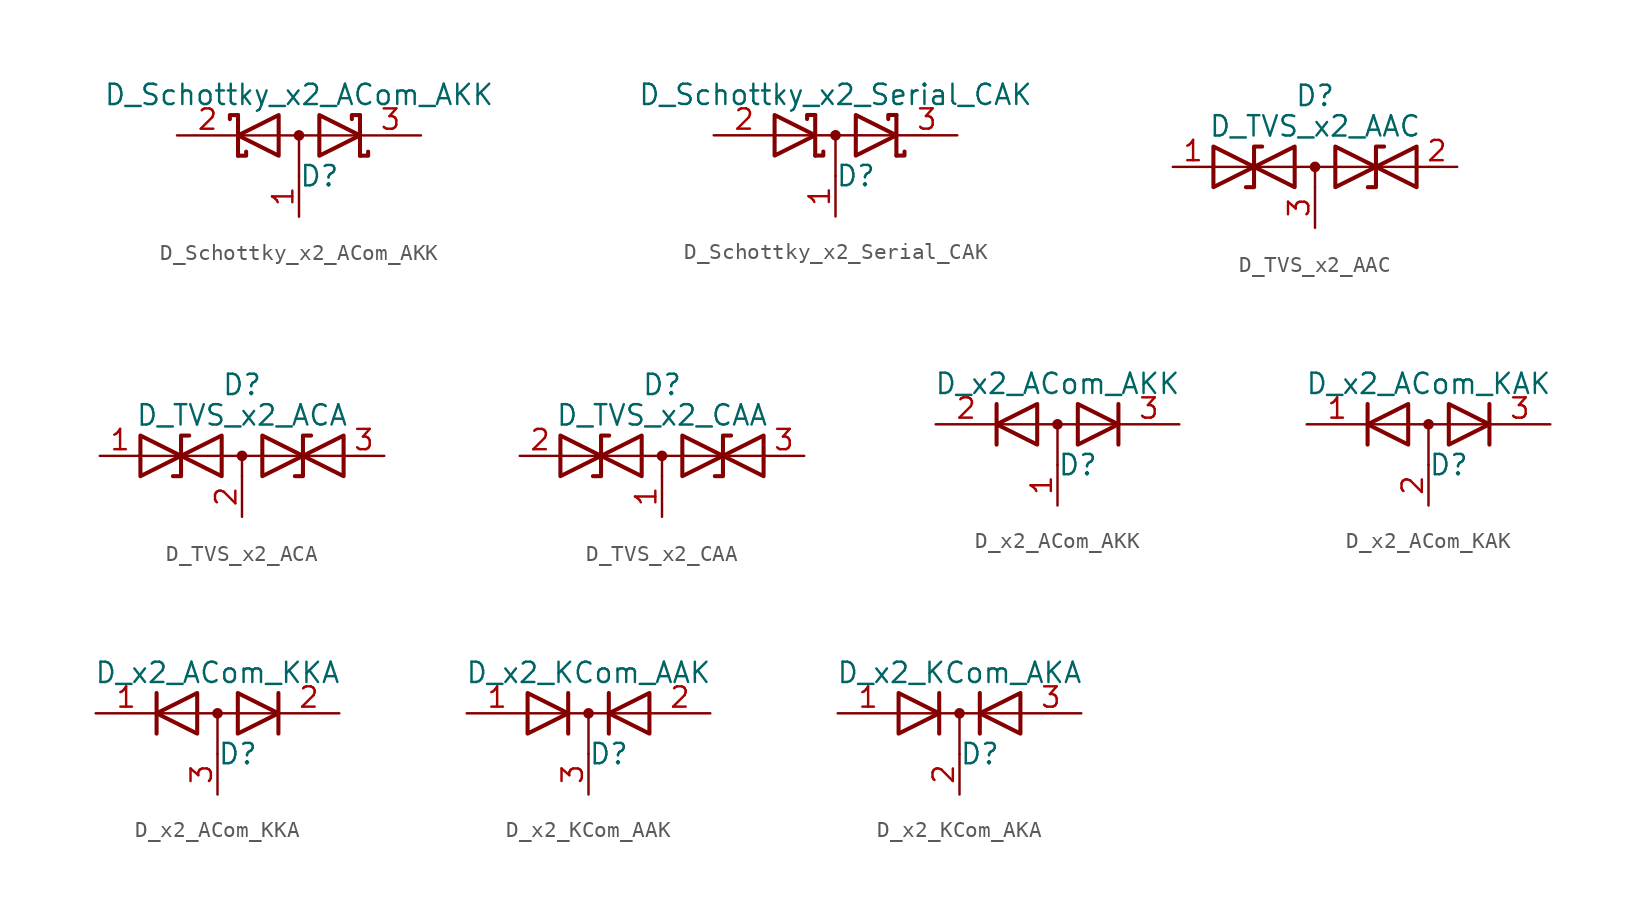
<source format=kicad_sym>
(kicad_symbol_lib
  (version 20211014)
  (generator kicad_symbol_editor)
  (symbol "D_Schottky_x2_ACom_AKK"
    (pin_names
      (offset 0.762) hide)
    (property "Reference" "D"
      (at 1.27 -2.54 0)
      (effects (font (size 1.27 1.27))))
    (property "Value" "D_Schottky_x2_ACom_AKK"
      (at 0 2.54 0)
      (effects (font (size 1.27 1.27))))
    (symbol "D_Schottky_x2_ACom_AKK_0_1"
      (polyline (pts (xy -3.556 0) (xy 3.81 0)) (stroke (width 0) (type default) (color 0 0 0 0)) (fill (type none)))
      (polyline (pts (xy 0 0) (xy 0 -2.54)) (stroke (width 0) (type default) (color 0 0 0 0)) (fill (type none)))
      (polyline (pts (xy -3.81 1.27) (xy -3.81 -1.27) (xy -3.81 -1.27)) (stroke (width 0.254) (type default) (color 0 0 0 0)) (fill (type none)))
      (polyline (pts (xy 3.81 1.27) (xy 3.81 -1.27) (xy 3.81 -1.27)) (stroke (width 0.254) (type default) (color 0 0 0 0)) (fill (type none)))
      (polyline (pts (xy -3.81 1.27) (xy -4.318 1.27) (xy -4.318 1.016) (xy -4.318 1.016)) (stroke (width 0.254) (type default) (color 0 0 0 0)) (fill (type none)))
      (polyline (pts (xy 3.81 -1.27) (xy 4.318 -1.27) (xy 4.318 -1.016) (xy 4.318 -1.016)) (stroke (width 0.254) (type default) (color 0 0 0 0)) (fill (type none)))
      (polyline (pts (xy 3.81 1.27) (xy 3.302 1.27) (xy 3.302 1.016) (xy 3.302 1.016)) (stroke (width 0.254) (type default) (color 0 0 0 0)) (fill (type none)))
      (polyline (pts (xy -3.302 -1.016) (xy -3.302 -1.27) (xy -3.81 -1.27) (xy -3.81 -1.27) (xy -3.81 -1.27)) (stroke (width 0.254) (type default) (color 0 0 0 0)) (fill (type none)))
      (polyline (pts (xy -1.27 -1.27) (xy -3.81 0) (xy -1.27 1.27) (xy -1.27 -1.27) (xy -1.27 -1.27) (xy -1.27 -1.27)) (stroke (width 0.254) (type default) (color 0 0 0 0)) (fill (type none)))
      (polyline (pts (xy 1.27 1.27) (xy 3.81 0) (xy 1.27 -1.27) (xy 1.27 1.27) (xy 1.27 1.27) (xy 1.27 1.27)) (stroke (width 0.254) (type default) (color 0 0 0 0)) (fill (type none)))
      (circle (center 0 0) (radius 0.254) (stroke (width 0) (type default) (color 0 0 0 0)) (fill (type outline)))
      (pin passive line (at 0 -5.08 90) (length 2.54) (name "A" (effects (font (size 1.27 1.27)))) (number "1" (effects (font (size 1.27 1.27)))))
      (pin passive line (at -7.62 0 0) (length 3.81) (name "K" (effects (font (size 1.27 1.27)))) (number "2" (effects (font (size 1.27 1.27)))))
      (pin passive line (at 7.62 0 180) (length 3.81) (name "K" (effects (font (size 1.27 1.27)))) (number "3" (effects (font (size 1.27 1.27)))))))
  (symbol "D_Schottky_x2_Serial_CAK"
    (pin_names
      (offset 0.762) hide)
    (property "Reference" "D"
      (at 1.27 -2.54 0)
      (effects (font (size 1.27 1.27))))
    (property "Value" "D_Schottky_x2_Serial_CAK"
      (at 0 2.54 0)
      (effects (font (size 1.27 1.27))))
    (symbol "D_Schottky_x2_Serial_CAK_0_1"
      (polyline (pts (xy -3.81 0) (xy 3.81 0)) (stroke (width 0) (type default) (color 0 0 0 0)) (fill (type none)))
      (polyline (pts (xy 0 0) (xy 0 -2.54)) (stroke (width 0) (type default) (color 0 0 0 0)) (fill (type none)))
      (polyline (pts (xy -1.27 -1.27) (xy -1.27 1.27) (xy -1.27 1.27)) (stroke (width 0.254) (type default) (color 0 0 0 0)) (fill (type none)))
      (polyline (pts (xy 3.81 1.27) (xy 3.81 -1.27) (xy 3.81 -1.27)) (stroke (width 0.254) (type default) (color 0 0 0 0)) (fill (type none)))
      (polyline (pts (xy -1.27 -1.27) (xy -0.762 -1.27) (xy -0.762 -1.016) (xy -0.762 -1.016)) (stroke (width 0.254) (type default) (color 0 0 0 0)) (fill (type none)))
      (polyline (pts (xy 3.81 -1.27) (xy 4.318 -1.27) (xy 4.318 -1.016) (xy 4.318 -1.016)) (stroke (width 0.254) (type default) (color 0 0 0 0)) (fill (type none)))
      (polyline (pts (xy 3.81 1.27) (xy 3.302 1.27) (xy 3.302 1.016) (xy 3.302 1.016)) (stroke (width 0.254) (type default) (color 0 0 0 0)) (fill (type none)))
      (polyline (pts (xy -1.778 1.016) (xy -1.778 1.27) (xy -1.27 1.27) (xy -1.27 1.27) (xy -1.27 1.27)) (stroke (width 0.254) (type default) (color 0 0 0 0)) (fill (type none)))
      (polyline (pts (xy -3.81 1.27) (xy -1.27 0) (xy -3.81 -1.27) (xy -3.81 1.27) (xy -3.81 1.27) (xy -3.81 1.27)) (stroke (width 0.254) (type default) (color 0 0 0 0)) (fill (type none)))
      (polyline (pts (xy 1.27 1.27) (xy 3.81 0) (xy 1.27 -1.27) (xy 1.27 1.27) (xy 1.27 1.27) (xy 1.27 1.27)) (stroke (width 0.254) (type default) (color 0 0 0 0)) (fill (type none)))
      (circle (center 0 0) (radius 0.254) (stroke (width 0) (type default) (color 0 0 0 0)) (fill (type outline)))
      (pin passive line (at 0 -5.08 90) (length 2.54) (name "common" (effects (font (size 1.27 1.27)))) (number "1" (effects (font (size 1.27 1.27)))))
      (pin passive line (at -7.62 0 0) (length 3.81) (name "A" (effects (font (size 1.27 1.27)))) (number "2" (effects (font (size 1.27 1.27)))))
      (pin passive line (at 7.62 0 180) (length 3.81) (name "K" (effects (font (size 1.27 1.27)))) (number "3" (effects (font (size 1.27 1.27)))))))
  (symbol "D_TVS_x2_AAC"
    (pin_names
      (offset 1.016) hide)
    (property "Reference" "D"
      (at 0 4.445 0)
      (effects (font (size 1.27 1.27))))
    (property "Value" "D_TVS_x2_AAC"
      (at 0 2.54 0)
      (effects (font (size 1.27 1.27))))
    (symbol "D_TVS_x2_AAC_0_0"
      (polyline (pts (xy 0 -1.27) (xy 0 0)) (stroke (width 0) (type default) (color 0 0 0 0)) (fill (type none))))
    (symbol "D_TVS_x2_AAC_0_1"
      (polyline (pts (xy -6.35 0) (xy 6.35 0)) (stroke (width 0) (type default) (color 0 0 0 0)) (fill (type none)))
      (polyline (pts (xy -3.302 1.27) (xy -3.81 1.27) (xy -3.81 -1.27) (xy -4.318 -1.27)) (stroke (width 0.254) (type default) (color 0 0 0 0)) (fill (type none)))
      (polyline (pts (xy 4.318 1.27) (xy 3.81 1.27) (xy 3.81 -1.27) (xy 3.302 -1.27)) (stroke (width 0.254) (type default) (color 0 0 0 0)) (fill (type none)))
      (polyline (pts (xy -6.35 1.27) (xy -1.27 -1.27) (xy -1.27 1.27) (xy -6.35 -1.27) (xy -6.35 1.27)) (stroke (width 0.254) (type default) (color 0 0 0 0)) (fill (type none)))
      (polyline (pts (xy 6.35 1.27) (xy 1.27 -1.27) (xy 1.27 1.27) (xy 6.35 -1.27) (xy 6.35 1.27)) (stroke (width 0.254) (type default) (color 0 0 0 0)) (fill (type none)))
      (circle (center 0 0) (radius 0.254) (stroke (width 0) (type default) (color 0 0 0 0)) (fill (type outline))))
    (symbol "D_TVS_x2_AAC_1_1"
      (pin passive line (at -8.89 0 0) (length 2.54) (name "A1" (effects (font (size 1.27 1.27)))) (number "1" (effects (font (size 1.27 1.27)))))
      (pin passive line (at 8.89 0 180) (length 2.54) (name "A2" (effects (font (size 1.27 1.27)))) (number "2" (effects (font (size 1.27 1.27)))))
      (pin input line (at 0 -3.81 90) (length 2.54) (name "common" (effects (font (size 1.27 1.27)))) (number "3" (effects (font (size 1.27 1.27)))))))
  (symbol "D_TVS_x2_ACA"
    (pin_names
      (offset 1.016) hide)
    (property "Reference" "D"
      (at 0 4.445 0)
      (effects (font (size 1.27 1.27))))
    (property "Value" "D_TVS_x2_ACA"
      (at 0 2.54 0)
      (effects (font (size 1.27 1.27))))
    (symbol "D_TVS_x2_ACA_0_0"
      (polyline (pts (xy -6.35 -1.27) (xy -1.27 1.27) (xy -1.27 -1.27) (xy -6.35 1.27) (xy -6.35 -1.27)) (stroke (width 0.254) (type default) (color 0 0 0 0)) (fill (type none)))
      (polyline (pts (xy 1.27 1.27) (xy 1.27 -1.27) (xy 6.35 1.27) (xy 6.35 -1.27) (xy 1.27 1.27)) (stroke (width 0.254) (type default) (color 0 0 0 0)) (fill (type none))))
    (symbol "D_TVS_x2_ACA_0_1"
      (polyline (pts (xy -6.35 0) (xy 6.35 0)) (stroke (width 0) (type default) (color 0 0 0 0)) (fill (type none)))
      (polyline (pts (xy 0 0) (xy 0 -1.27)) (stroke (width 0) (type default) (color 0 0 0 0)) (fill (type none)))
      (polyline (pts (xy -3.302 1.27) (xy -3.81 1.27) (xy -3.81 -1.27) (xy -4.318 -1.27)) (stroke (width 0.254) (type default) (color 0 0 0 0)) (fill (type none)))
      (polyline (pts (xy 4.318 1.27) (xy 3.81 1.27) (xy 3.81 -1.27) (xy 3.302 -1.27)) (stroke (width 0.254) (type default) (color 0 0 0 0)) (fill (type none)))
      (circle (center 0 0) (radius 0.254) (stroke (width 0) (type default) (color 0 0 0 0)) (fill (type outline))))
    (symbol "D_TVS_x2_ACA_1_1"
      (pin passive line (at -8.89 0 0) (length 2.54) (name "A1" (effects (font (size 1.27 1.27)))) (number "1" (effects (font (size 1.27 1.27)))))
      (pin input line (at 0 -3.81 90) (length 2.54) (name "common" (effects (font (size 1.27 1.27)))) (number "2" (effects (font (size 1.27 1.27)))))
      (pin passive line (at 8.89 0 180) (length 2.54) (name "A2" (effects (font (size 1.27 1.27)))) (number "3" (effects (font (size 1.27 1.27)))))))
  (symbol "D_TVS_x2_CAA"
    (pin_names
      (offset 1.016) hide)
    (property "Reference" "D"
      (at 0 4.445 0)
      (effects (font (size 1.27 1.27))))
    (property "Value" "D_TVS_x2_CAA"
      (at 0 2.54 0)
      (effects (font (size 1.27 1.27))))
    (symbol "D_TVS_x2_CAA_0_1"
      (polyline (pts (xy -6.35 0) (xy 6.35 0)) (stroke (width 0) (type default) (color 0 0 0 0)) (fill (type none)))
      (polyline (pts (xy 0 0) (xy 0 -1.27)) (stroke (width 0) (type default) (color 0 0 0 0)) (fill (type none)))
      (polyline (pts (xy -3.302 1.27) (xy -3.81 1.27) (xy -3.81 -1.27) (xy -4.318 -1.27)) (stroke (width 0.254) (type default) (color 0 0 0 0)) (fill (type none)))
      (polyline (pts (xy 4.318 1.27) (xy 3.81 1.27) (xy 3.81 -1.27) (xy 3.302 -1.27)) (stroke (width 0.254) (type default) (color 0 0 0 0)) (fill (type none)))
      (polyline (pts (xy -6.35 -1.27) (xy -1.27 1.27) (xy -1.27 -1.27) (xy -6.35 1.27) (xy -6.35 -1.27)) (stroke (width 0.254) (type default) (color 0 0 0 0)) (fill (type none)))
      (polyline (pts (xy 1.27 1.016) (xy 1.27 -1.27) (xy 6.35 1.27) (xy 6.35 -1.27) (xy 1.27 1.27) (xy 1.27 1.016)) (stroke (width 0.254) (type default) (color 0 0 0 0)) (fill (type none)))
      (circle (center 0 0) (radius 0.254) (stroke (width 0) (type default) (color 0 0 0 0)) (fill (type outline))))
    (symbol "D_TVS_x2_CAA_1_1"
      (pin input line (at 0 -3.81 90) (length 2.54) (name "common" (effects (font (size 1.27 1.27)))) (number "1" (effects (font (size 1.27 1.27)))))
      (pin passive line (at -8.89 0 0) (length 2.54) (name "A1" (effects (font (size 1.27 1.27)))) (number "2" (effects (font (size 1.27 1.27)))))
      (pin passive line (at 8.89 0 180) (length 2.54) (name "A2" (effects (font (size 1.27 1.27)))) (number "3" (effects (font (size 1.27 1.27)))))))
  (symbol "D_x2_ACom_AKK"
    (pin_names
      (offset 0.762) hide)
    (property "Reference" "D"
      (at 1.27 -2.54 0)
      (effects (font (size 1.27 1.27))))
    (property "Value" "D_x2_ACom_AKK"
      (at 0 2.54 0)
      (effects (font (size 1.27 1.27))))
    (symbol "D_x2_ACom_AKK_0_1"
      (polyline (pts (xy -3.556 0) (xy 3.81 0)) (stroke (width 0) (type default) (color 0 0 0 0)) (fill (type none)))
      (polyline (pts (xy 0 0) (xy 0 -2.54)) (stroke (width 0) (type default) (color 0 0 0 0)) (fill (type none)))
      (polyline (pts (xy -3.81 1.27) (xy -3.81 -1.27) (xy -3.81 -1.27)) (stroke (width 0.254) (type default) (color 0 0 0 0)) (fill (type none)))
      (polyline (pts (xy 3.81 1.27) (xy 3.81 -1.27) (xy 3.81 -1.27)) (stroke (width 0.254) (type default) (color 0 0 0 0)) (fill (type none)))
      (polyline (pts (xy -1.27 -1.27) (xy -3.81 0) (xy -1.27 1.27) (xy -1.27 -1.27) (xy -1.27 -1.27) (xy -1.27 -1.27)) (stroke (width 0.254) (type default) (color 0 0 0 0)) (fill (type none)))
      (polyline (pts (xy 1.27 1.27) (xy 3.81 0) (xy 1.27 -1.27) (xy 1.27 1.27) (xy 1.27 1.27) (xy 1.27 1.27)) (stroke (width 0.254) (type default) (color 0 0 0 0)) (fill (type none)))
      (circle (center 0 0) (radius 0.254) (stroke (width 0) (type default) (color 0 0 0 0)) (fill (type outline)))
      (pin passive line (at 0 -5.08 90) (length 2.54) (name "A" (effects (font (size 1.27 1.27)))) (number "1" (effects (font (size 1.27 1.27)))))
      (pin passive line (at -7.62 0 0) (length 3.81) (name "K" (effects (font (size 1.27 1.27)))) (number "2" (effects (font (size 1.27 1.27)))))
      (pin passive line (at 7.62 0 180) (length 3.81) (name "K" (effects (font (size 1.27 1.27)))) (number "3" (effects (font (size 1.27 1.27)))))))
  (symbol "D_x2_ACom_KAK"
    (pin_names
      (offset 0.762) hide)
    (property "Reference" "D"
      (at 1.27 -2.54 0)
      (effects (font (size 1.27 1.27))))
    (property "Value" "D_x2_ACom_KAK"
      (at 0 2.54 0)
      (effects (font (size 1.27 1.27))))
    (symbol "D_x2_ACom_KAK_0_1"
      (polyline (pts (xy 0 0) (xy 0 -2.54)) (stroke (width 0) (type default) (color 0 0 0 0)) (fill (type none)))
      (polyline (pts (xy 3.81 0) (xy -3.81 0)) (stroke (width 0) (type default) (color 0 0 0 0)) (fill (type none)))
      (polyline (pts (xy -3.81 1.27) (xy -3.81 -1.27) (xy -3.81 -1.27)) (stroke (width 0.254) (type default) (color 0 0 0 0)) (fill (type none)))
      (polyline (pts (xy 3.81 1.27) (xy 3.81 -1.27) (xy 3.81 -1.27)) (stroke (width 0.254) (type default) (color 0 0 0 0)) (fill (type none)))
      (polyline (pts (xy -1.27 -1.27) (xy -3.81 0) (xy -1.27 1.27) (xy -1.27 -1.27) (xy -1.27 -1.27) (xy -1.27 -1.27)) (stroke (width 0.254) (type default) (color 0 0 0 0)) (fill (type none)))
      (polyline (pts (xy 1.27 1.27) (xy 3.81 0) (xy 1.27 -1.27) (xy 1.27 1.27) (xy 1.27 1.27) (xy 1.27 1.27)) (stroke (width 0.254) (type default) (color 0 0 0 0)) (fill (type none)))
      (circle (center 0 0) (radius 0.254) (stroke (width 0) (type default) (color 0 0 0 0)) (fill (type outline)))
      (pin passive line (at -7.62 0 0) (length 3.81) (name "K" (effects (font (size 1.27 1.27)))) (number "1" (effects (font (size 1.27 1.27)))))
      (pin passive line (at 0 -5.08 90) (length 2.54) (name "A" (effects (font (size 1.27 1.27)))) (number "2" (effects (font (size 1.27 1.27)))))
      (pin passive line (at 7.62 0 180) (length 3.81) (name "K" (effects (font (size 1.27 1.27)))) (number "3" (effects (font (size 1.27 1.27)))))))
  (symbol "D_x2_ACom_KKA"
    (pin_names
      (offset 0.762) hide)
    (property "Reference" "D"
      (at 1.27 -2.54 0)
      (effects (font (size 1.27 1.27))))
    (property "Value" "D_x2_ACom_KKA"
      (at 0 2.54 0)
      (effects (font (size 1.27 1.27))))
    (symbol "D_x2_ACom_KKA_0_1"
      (polyline (pts (xy -3.81 0) (xy 3.81 0)) (stroke (width 0) (type default) (color 0 0 0 0)) (fill (type none)))
      (polyline (pts (xy 0 0) (xy 0 -2.54)) (stroke (width 0) (type default) (color 0 0 0 0)) (fill (type none)))
      (polyline (pts (xy -3.81 1.27) (xy -3.81 -1.27) (xy -3.81 -1.27)) (stroke (width 0.254) (type default) (color 0 0 0 0)) (fill (type none)))
      (polyline (pts (xy 3.81 1.27) (xy 3.81 -1.27) (xy 3.81 -1.27)) (stroke (width 0.254) (type default) (color 0 0 0 0)) (fill (type none)))
      (polyline (pts (xy -1.27 -1.27) (xy -3.81 0) (xy -1.27 1.27) (xy -1.27 -1.27) (xy -1.27 -1.27) (xy -1.27 -1.27)) (stroke (width 0.254) (type default) (color 0 0 0 0)) (fill (type none)))
      (polyline (pts (xy 1.27 1.27) (xy 3.81 0) (xy 1.27 -1.27) (xy 1.27 1.27) (xy 1.27 1.27) (xy 1.27 1.27)) (stroke (width 0.254) (type default) (color 0 0 0 0)) (fill (type none)))
      (circle (center 0 0) (radius 0.254) (stroke (width 0) (type default) (color 0 0 0 0)) (fill (type outline)))
      (pin passive line (at -7.62 0 0) (length 3.81) (name "K" (effects (font (size 1.27 1.27)))) (number "1" (effects (font (size 1.27 1.27)))))
      (pin passive line (at 7.62 0 180) (length 3.81) (name "K" (effects (font (size 1.27 1.27)))) (number "2" (effects (font (size 1.27 1.27)))))
      (pin passive line (at 0 -5.08 90) (length 2.54) (name "A" (effects (font (size 1.27 1.27)))) (number "3" (effects (font (size 1.27 1.27)))))))
  (symbol "D_x2_KCom_AAK"
    (pin_names
      (offset 0.762) hide)
    (property "Reference" "D"
      (at 1.27 -2.54 0)
      (effects (font (size 1.27 1.27))))
    (property "Value" "D_x2_KCom_AAK"
      (at 0 2.54 0)
      (effects (font (size 1.27 1.27))))
    (symbol "D_x2_KCom_AAK_0_1"
      (polyline (pts (xy -3.81 0) (xy 3.81 0)) (stroke (width 0) (type default) (color 0 0 0 0)) (fill (type none)))
      (polyline (pts (xy 0 0) (xy 0 -2.54)) (stroke (width 0) (type default) (color 0 0 0 0)) (fill (type none)))
      (polyline (pts (xy -1.27 -1.27) (xy -1.27 1.27) (xy -1.27 1.27)) (stroke (width 0.254) (type default) (color 0 0 0 0)) (fill (type none)))
      (polyline (pts (xy 1.27 -1.27) (xy 1.27 1.27) (xy 1.27 1.27)) (stroke (width 0.254) (type default) (color 0 0 0 0)) (fill (type none)))
      (polyline (pts (xy -3.81 1.27) (xy -1.27 0) (xy -3.81 -1.27) (xy -3.81 1.27) (xy -3.81 1.27) (xy -3.81 1.27)) (stroke (width 0.254) (type default) (color 0 0 0 0)) (fill (type none)))
      (polyline (pts (xy 3.81 -1.27) (xy 1.27 0) (xy 3.81 1.27) (xy 3.81 -1.27) (xy 3.81 -1.27) (xy 3.81 -1.27)) (stroke (width 0.254) (type default) (color 0 0 0 0)) (fill (type none)))
      (circle (center 0 0) (radius 0.254) (stroke (width 0) (type default) (color 0 0 0 0)) (fill (type outline)))
      (pin passive line (at -7.62 0 0) (length 3.81) (name "A" (effects (font (size 1.27 1.27)))) (number "1" (effects (font (size 1.27 1.27)))))
      (pin passive line (at 7.62 0 180) (length 3.81) (name "A" (effects (font (size 1.27 1.27)))) (number "2" (effects (font (size 1.27 1.27)))))
      (pin passive line (at 0 -5.08 90) (length 2.54) (name "K" (effects (font (size 1.27 1.27)))) (number "3" (effects (font (size 1.27 1.27)))))))
  (symbol "D_x2_KCom_AKA"
    (pin_names
      (offset 0.762) hide)
    (property "Reference" "D"
      (at 1.27 -2.54 0)
      (effects (font (size 1.27 1.27))))
    (property "Value" "D_x2_KCom_AKA"
      (at 0 2.54 0)
      (effects (font (size 1.27 1.27))))
    (symbol "D_x2_KCom_AKA_0_1"
      (polyline (pts (xy 0 0) (xy 0 -2.54)) (stroke (width 0) (type default) (color 0 0 0 0)) (fill (type none)))
      (polyline (pts (xy 3.81 0) (xy -3.81 0)) (stroke (width 0) (type default) (color 0 0 0 0)) (fill (type none)))
      (polyline (pts (xy -1.27 -1.27) (xy -1.27 1.27) (xy -1.27 1.27)) (stroke (width 0.254) (type default) (color 0 0 0 0)) (fill (type none)))
      (polyline (pts (xy 1.27 -1.27) (xy 1.27 1.27) (xy 1.27 1.27)) (stroke (width 0.254) (type default) (color 0 0 0 0)) (fill (type none)))
      (polyline (pts (xy -3.81 1.27) (xy -1.27 0) (xy -3.81 -1.27) (xy -3.81 1.27) (xy -3.81 1.27) (xy -3.81 1.27)) (stroke (width 0.254) (type default) (color 0 0 0 0)) (fill (type none)))
      (polyline (pts (xy 3.81 -1.27) (xy 1.27 0) (xy 3.81 1.27) (xy 3.81 -1.27) (xy 3.81 -1.27) (xy 3.81 -1.27)) (stroke (width 0.254) (type default) (color 0 0 0 0)) (fill (type none)))
      (circle (center 0 0) (radius 0.254) (stroke (width 0) (type default) (color 0 0 0 0)) (fill (type outline)))
      (pin passive line (at -7.62 0 0) (length 3.81) (name "A" (effects (font (size 1.27 1.27)))) (number "1" (effects (font (size 1.27 1.27)))))
      (pin passive line (at 0 -5.08 90) (length 2.54) (name "K" (effects (font (size 1.27 1.27)))) (number "2" (effects (font (size 1.27 1.27)))))
      (pin passive line (at 7.62 0 180) (length 3.81) (name "A" (effects (font (size 1.27 1.27)))) (number "3" (effects (font (size 1.27 1.27))))))))
</source>
